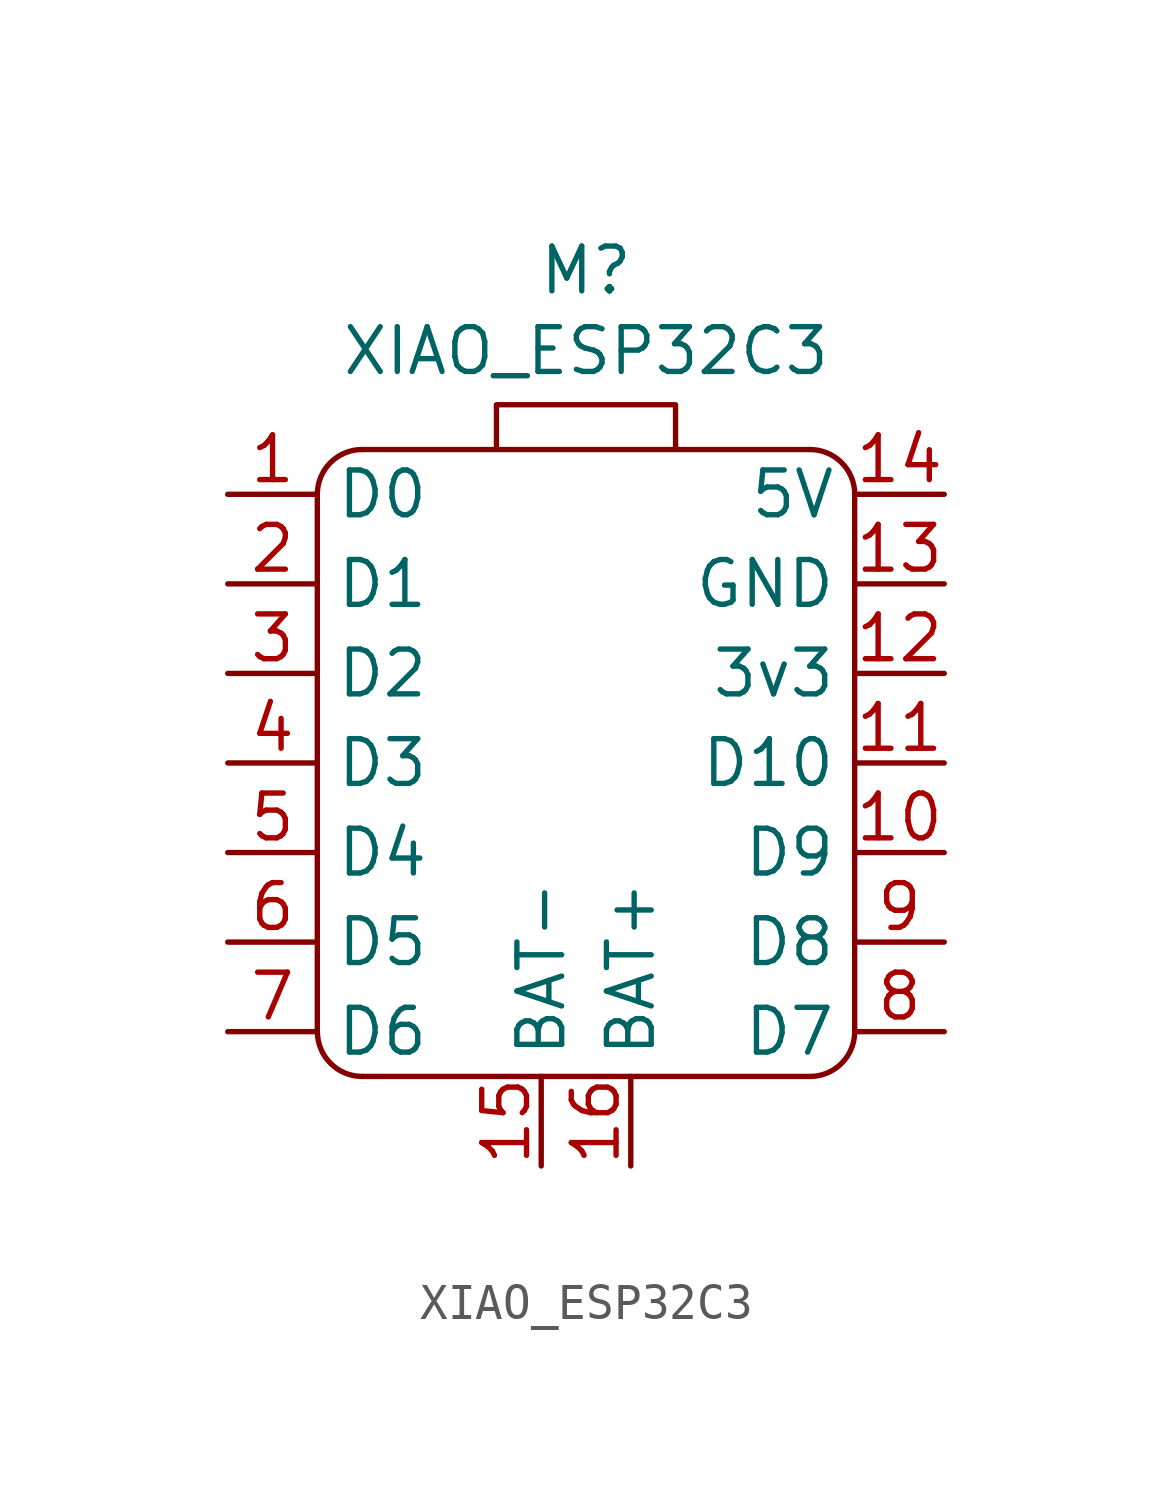
<source format=kicad_sym>
(kicad_symbol_lib
  (version 20241209)
  (generator "kicad_symbol_editor")
  (generator_version "9.0")
  (symbol "XIAO_ESP32C3"
    (property "Reference" "M"
      (at 0 12.7 0)
      (effects (font (size 1.27 1.27))))
    (property "Value" "XIAO_ESP32C3"
      (at 0 10.414 0)
      (effects (font (size 1.27 1.27))))
    (symbol "XIAO_ESP32C3_0_1"
      (polyline (pts (xy -7.62 -8.89) (xy -7.62 6.35)) (stroke (width 0) (type default)) (fill (type none)))
      (polyline (pts (xy -6.35 7.62) (xy 6.35 7.62) (xy -2.54 7.62) (xy -2.54 8.89) (xy 2.54 8.89) (xy 2.54 7.62)) (stroke (width 0) (type default)) (fill (type none)))
      (polyline (pts (xy -6.35 -10.16) (xy 6.35 -10.16)) (stroke (width 0) (type default)) (fill (type none)))
      (arc (start -7.62 6.35) (mid -7.248 7.248) (end -6.35 7.62) (stroke (width 0) (type default)) (fill (type none)))
      (arc (start -6.35 -10.16) (mid -7.248 -9.788) (end -7.62 -8.89) (stroke (width 0) (type default)) (fill (type none)))
      (arc (start 6.35 7.62) (mid 7.248 7.248) (end 7.62 6.35) (stroke (width 0) (type default)) (fill (type none)))
      (arc (start 7.62 -8.89) (mid 7.248 -9.788) (end 6.35 -10.16) (stroke (width 0) (type default)) (fill (type none)))
      (polyline (pts (xy 7.62 -8.89) (xy 7.62 6.35)) (stroke (width 0) (type default)) (fill (type none))))
    (symbol "XIAO_ESP32C3_1_1"
      (pin bidirectional line (at -10.16 6.35 0) (length 2.54) (name "D0" (effects (font (size 1.27 1.27)))) (number "1" (effects (font (size 1.27 1.27)))))
      (pin bidirectional line (at -10.16 3.81 0) (length 2.54) (name "D1" (effects (font (size 1.27 1.27)))) (number "2" (effects (font (size 1.27 1.27)))))
      (pin bidirectional line (at -10.16 1.27 0) (length 2.54) (name "D2" (effects (font (size 1.27 1.27)))) (number "3" (effects (font (size 1.27 1.27)))))
      (pin bidirectional line (at -10.16 -1.27 0) (length 2.54) (name "D3" (effects (font (size 1.27 1.27)))) (number "4" (effects (font (size 1.27 1.27)))))
      (pin bidirectional line (at -10.16 -3.81 0) (length 2.54) (name "D4" (effects (font (size 1.27 1.27)))) (number "5" (effects (font (size 1.27 1.27)))))
      (pin bidirectional line (at -10.16 -6.35 0) (length 2.54) (name "D5" (effects (font (size 1.27 1.27)))) (number "6" (effects (font (size 1.27 1.27)))))
      (pin bidirectional line (at -10.16 -8.89 0) (length 2.54) (name "D6" (effects (font (size 1.27 1.27)))) (number "7" (effects (font (size 1.27 1.27)))))
      (pin power_in line (at -1.27 -12.7 90) (length 2.54) (name "BAT-" (effects (font (size 1.27 1.27)))) (number "15" (effects (font (size 1.27 1.27)))))
      (pin power_in line (at 1.27 -12.7 90) (length 2.54) (name "BAT+" (effects (font (size 1.27 1.27)))) (number "16" (effects (font (size 1.27 1.27)))))
      (pin bidirectional line (at 10.16 6.35 180) (length 2.54) (name "5V" (effects (font (size 1.27 1.27)))) (number "14" (effects (font (size 1.27 1.27)))))
      (pin bidirectional line (at 10.16 3.81 180) (length 2.54) (name "GND" (effects (font (size 1.27 1.27)))) (number "13" (effects (font (size 1.27 1.27)))))
      (pin bidirectional line (at 10.16 1.27 180) (length 2.54) (name "3v3" (effects (font (size 1.27 1.27)))) (number "12" (effects (font (size 1.27 1.27)))))
      (pin bidirectional line (at 10.16 -1.27 180) (length 2.54) (name "D10" (effects (font (size 1.27 1.27)))) (number "11" (effects (font (size 1.27 1.27)))))
      (pin bidirectional line (at 10.16 -3.81 180) (length 2.54) (name "D9" (effects (font (size 1.27 1.27)))) (number "10" (effects (font (size 1.27 1.27)))))
      (pin bidirectional line (at 10.16 -6.35 180) (length 2.54) (name "D8" (effects (font (size 1.27 1.27)))) (number "9" (effects (font (size 1.27 1.27)))))
      (pin bidirectional line (at 10.16 -8.89 180) (length 2.54) (name "D7" (effects (font (size 1.27 1.27)))) (number "8" (effects (font (size 1.27 1.27))))))))
</source>
